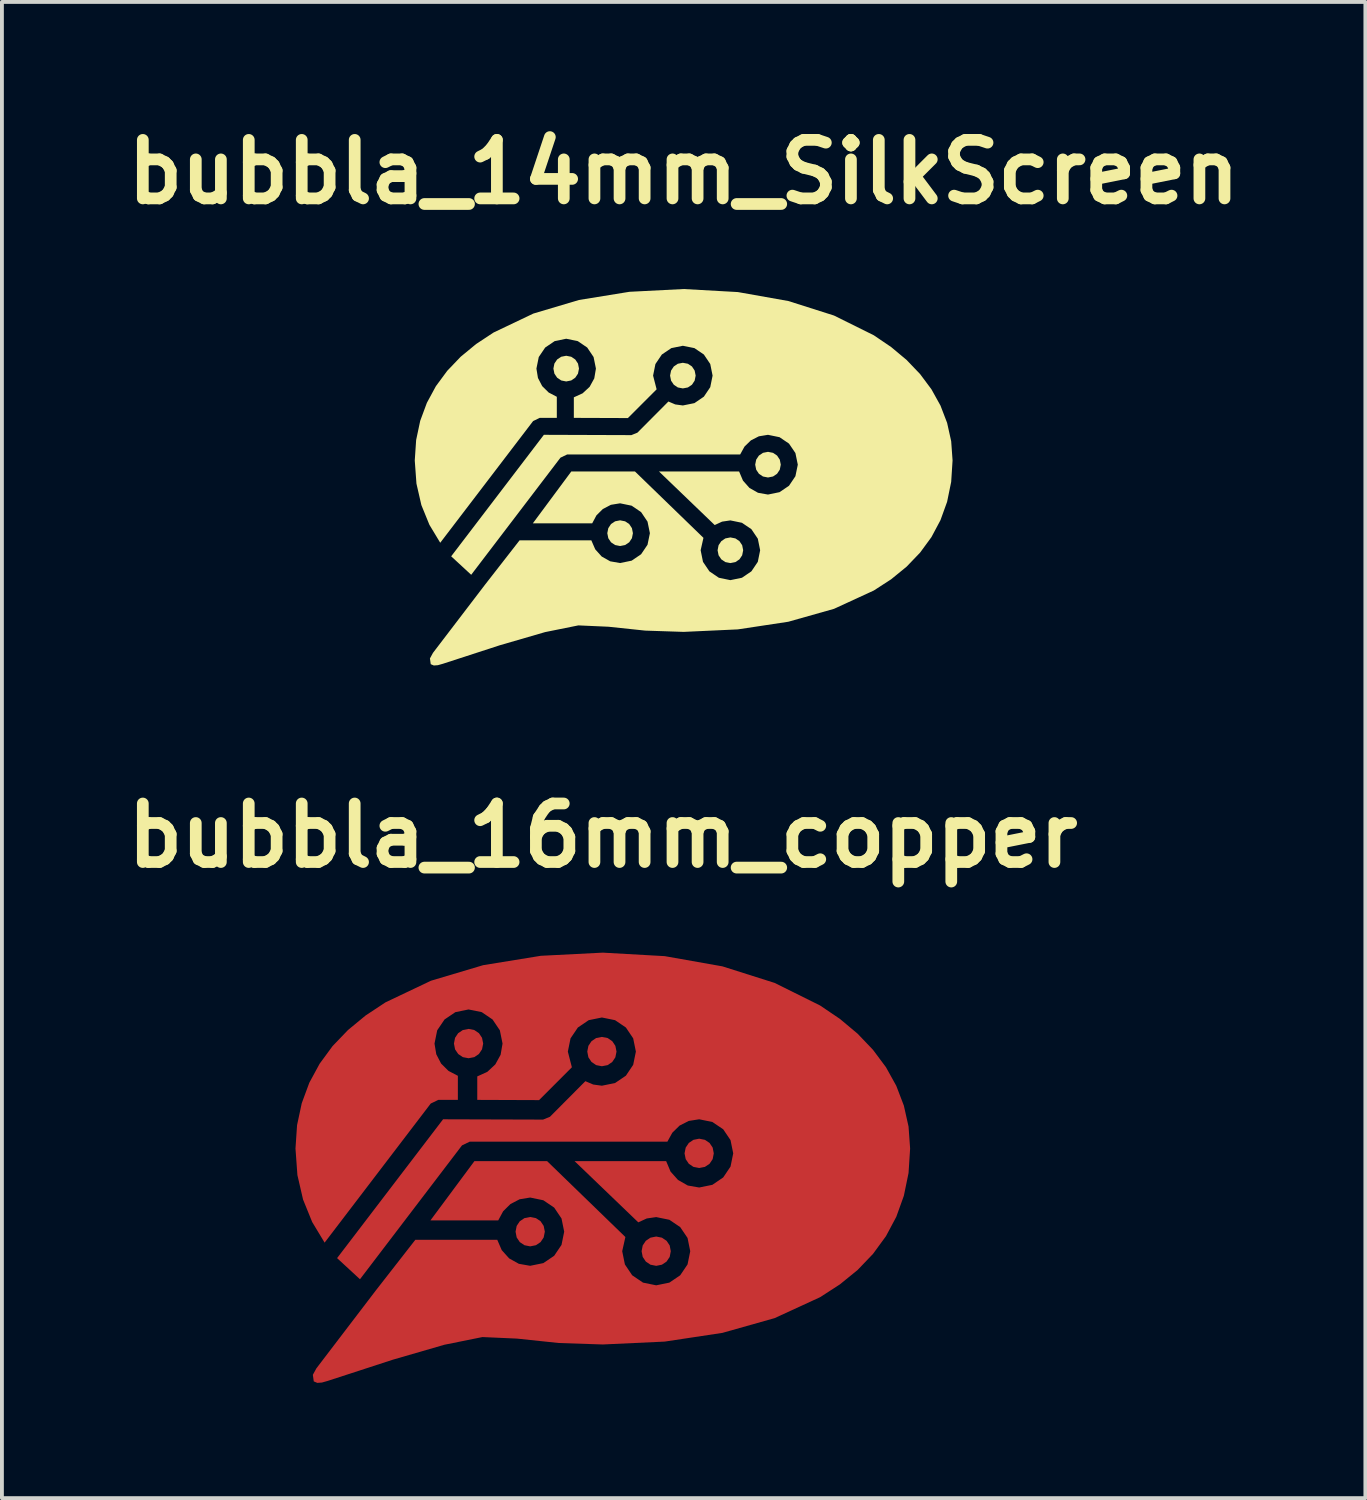
<source format=kicad_pcb>
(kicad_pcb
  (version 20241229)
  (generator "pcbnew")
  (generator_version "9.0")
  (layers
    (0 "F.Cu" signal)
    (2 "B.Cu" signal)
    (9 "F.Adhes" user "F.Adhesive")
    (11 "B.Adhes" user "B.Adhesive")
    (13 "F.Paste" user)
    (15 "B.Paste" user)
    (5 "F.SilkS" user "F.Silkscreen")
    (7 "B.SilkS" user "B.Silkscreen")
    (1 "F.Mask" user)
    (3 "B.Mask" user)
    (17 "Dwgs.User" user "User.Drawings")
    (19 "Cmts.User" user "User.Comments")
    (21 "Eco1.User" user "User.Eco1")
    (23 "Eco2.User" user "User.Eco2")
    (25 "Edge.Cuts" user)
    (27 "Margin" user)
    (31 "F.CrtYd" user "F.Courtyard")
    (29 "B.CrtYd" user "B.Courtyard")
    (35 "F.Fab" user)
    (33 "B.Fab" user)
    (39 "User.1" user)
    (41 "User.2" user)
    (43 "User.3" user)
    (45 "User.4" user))
  (footprint "bubbla_14mm_SilkScreen"
    (layer "F.Cu")
    (at 14.747 9.374)
    (property "Reference" "bubbla_14mm_SilkScreen" (at 0 -7.948 0) (layer "F.SilkS") (effects (font (size 1.524 1.524) (thickness 0.305))))
    (attr exclude_from_pos_files exclude_from_bom)
    (fp_poly (pts (xy -3.058 -3.163) (xy -3.188 -3.137) (xy -3.294 -3.066) (xy -3.365 -2.96) (xy -3.391 -2.829) (xy -3.365 -2.698) (xy -3.294 -2.592) (xy -3.188 -2.52) (xy -3.058 -2.494) (xy -2.927 -2.52) (xy -2.822 -2.592) (xy -2.751 -2.698) (xy -2.725 -2.829) (xy -2.751 -2.96) (xy -2.822 -3.066) (xy -2.927 -3.137) (xy -3.058 -3.163)) (stroke (width 0) (type solid)) (fill yes) (layer "F.SilkS"))
    (fp_poly (pts (xy -1.655 1.121) (xy -1.785 1.147) (xy -1.891 1.218) (xy -1.962 1.325) (xy -1.988 1.456) (xy -1.962 1.587) (xy -1.891 1.693) (xy -1.785 1.764) (xy -1.655 1.79) (xy -1.524 1.764) (xy -1.418 1.693) (xy -1.347 1.587) (xy -1.321 1.456) (xy -1.347 1.325) (xy -1.418 1.218) (xy -1.524 1.147) (xy -1.655 1.121)) (stroke (width 0) (type solid)) (fill yes) (layer "F.SilkS"))
    (fp_poly (pts (xy -0.021 -2.98) (xy -0.152 -2.955) (xy -0.257 -2.884) (xy -0.328 -2.777) (xy -0.354 -2.646) (xy -0.328 -2.515) (xy -0.257 -2.409) (xy -0.152 -2.338) (xy -0.021 -2.313) (xy 0.11 -2.338) (xy 0.216 -2.409) (xy 0.286 -2.515) (xy 0.312 -2.646) (xy 0.286 -2.777) (xy 0.216 -2.884) (xy 0.11 -2.955) (xy -0.021 -2.98)) (stroke (width 0) (type solid)) (fill yes) (layer "F.SilkS"))
    (fp_poly (pts (xy 1.216 1.566) (xy 1.085 1.592) (xy 0.98 1.663) (xy 0.909 1.769) (xy 0.883 1.9) (xy 0.909 2.031) (xy 0.98 2.137) (xy 1.085 2.208) (xy 1.216 2.234) (xy 1.347 2.208) (xy 1.452 2.137) (xy 1.523 2.031) (xy 1.549 1.9) (xy 1.523 1.769) (xy 1.452 1.663) (xy 1.347 1.592) (xy 1.216 1.566)) (stroke (width 0) (type solid)) (fill yes) (layer "F.SilkS"))
    (fp_poly (pts (xy 2.195 -0.662) (xy 2.064 -0.636) (xy 1.959 -0.565) (xy 1.888 -0.459) (xy 1.862 -0.328) (xy 1.888 -0.197) (xy 1.959 -0.091) (xy 2.064 -0.02) (xy 2.195 0.006) (xy 2.326 -0.02) (xy 2.431 -0.091) (xy 2.502 -0.197) (xy 2.528 -0.328) (xy 2.502 -0.459) (xy 2.431 -0.565) (xy 2.326 -0.636) (xy 2.195 -0.662)) (stroke (width 0) (type solid)) (fill yes) (layer "F.SilkS"))
    (fp_poly (pts (xy -0.000112 -4.9) (xy -1.411 -4.828) (xy -2.725 -4.615) (xy -3.914 -4.261) (xy -4.95 -3.767) (xy -5.402 -3.469) (xy -5.805 -3.137) (xy -6.155 -2.771) (xy -6.45 -2.371) (xy -6.685 -1.937) (xy -6.858 -1.47) (xy -6.964 -0.97) (xy -7 -0.437) (xy -6.956 0.166) (xy -6.828 0.724) (xy -6.619 1.237) (xy -6.337 1.705) (xy -3.919 -1.463) (xy -3.745 -1.547) (xy -3.302 -1.547) (xy -3.302 -2.095) (xy -3.514 -2.206) (xy -3.683 -2.373) (xy -3.793 -2.585) (xy -3.833 -2.829) (xy -3.772 -3.13) (xy -3.605 -3.377) (xy -3.358 -3.544) (xy -3.058 -3.606) (xy -2.757 -3.544) (xy -2.511 -3.377) (xy -2.345 -3.13) (xy -2.284 -2.829) (xy -2.327 -2.574) (xy -2.448 -2.354) (xy -2.631 -2.185) (xy -2.859 -2.081) (xy -2.859 -1.546) (xy -1.452 -1.541) (xy -0.704 -2.289) (xy -0.796 -2.646) (xy -0.735 -2.948) (xy -0.568 -3.195) (xy -0.321 -3.362) (xy -0.021 -3.423) (xy 0.28 -3.362) (xy 0.526 -3.195) (xy 0.692 -2.948) (xy 0.753 -2.646) (xy 0.692 -2.345) (xy 0.526 -2.098) (xy 0.28 -1.93) (xy -0.021 -1.869) (xy -0.219 -1.896) (xy -0.397 -1.972) (xy -1.204 -1.161) (xy -1.361 -1.097) (xy -3.639 -1.105) (xy -6.052 2.058) (xy -5.531 2.539) (xy -3.207 -0.51) (xy -3.032 -0.594) (xy 1.471 -0.594) (xy 1.584 -0.799) (xy 1.75 -0.96) (xy 1.957 -1.066) (xy 2.195 -1.105) (xy 2.496 -1.043) (xy 2.742 -0.876) (xy 2.909 -0.63) (xy 2.971 -0.328) (xy 2.909 -0.027) (xy 2.742 0.221) (xy 2.496 0.388) (xy 2.195 0.45) (xy 1.935 0.404) (xy 1.713 0.278) (xy 1.544 0.087) (xy 1.443 -0.151) (xy -0.643 -0.151) (xy 0.808 1.244) (xy 1 1.155) (xy 1.216 1.123) (xy 1.517 1.185) (xy 1.763 1.352) (xy 1.93 1.599) (xy 1.991 1.9) (xy 1.93 2.202) (xy 1.763 2.449) (xy 1.517 2.616) (xy 1.216 2.678) (xy 0.916 2.616) (xy 0.67 2.449) (xy 0.503 2.202) (xy 0.442 1.9) (xy 0.515 1.577) (xy -1.268 -0.151) (xy -2.925 -0.151) (xy -3.926 1.199) (xy -2.381 1.199) (xy -2.27 0.991) (xy -2.103 0.826) (xy -1.894 0.717) (xy -1.655 0.678) (xy -1.354 0.74) (xy -1.108 0.907) (xy -0.941 1.155) (xy -0.879 1.456) (xy -0.941 1.757) (xy -1.108 2.004) (xy -1.354 2.171) (xy -1.655 2.233) (xy -1.912 2.188) (xy -2.133 2.064) (xy -2.302 1.876) (xy -2.404 1.641) (xy -4.271 1.641) (xy -5.17 2.795) (xy -6.525 4.57) (xy -6.605 4.716) (xy -6.584 4.866) (xy -6.503 4.9) (xy -6.398 4.892) (xy -6.267 4.855) (xy -4.785 4.373) (xy -3.608 4.031) (xy -2.741 3.856) (xy -1.956 3.891) (xy -1 3.992) (xy -0.000077 4.025) (xy 1.411 3.96) (xy 2.725 3.761) (xy 3.914 3.425) (xy 4.95 2.948) (xy 5.401 2.656) (xy 5.804 2.327) (xy 6.155 1.961) (xy 6.45 1.558) (xy 6.685 1.117) (xy 6.858 0.638) (xy 6.964 0.12) (xy 7 -0.438) (xy 6.964 -0.939) (xy 6.858 -1.416) (xy 6.685 -1.867) (xy 6.45 -2.29) (xy 6.155 -2.686) (xy 5.804 -3.053) (xy 5.401 -3.39) (xy 4.95 -3.696) (xy 3.914 -4.21) (xy 2.725 -4.588) (xy 1.411 -4.821) (xy -0.000077 -4.9) (xy -0.000112 -4.9)) (stroke (width 0) (type solid)) (fill yes) (layer "F.SilkS")))
  (footprint "bubbla_16mm_copper"
    (layer "F.Cu")
    (at 12.642 27.349)
    (property "Reference" "bubbla_16mm_copper" (at 0 -8.648 0) (layer "F.SilkS") (effects (font (size 1.524 1.524) (thickness 0.305))))
    (attr exclude_from_pos_files exclude_from_bom)
    (fp_poly (pts (xy -3.495 -3.615) (xy -3.644 -3.585) (xy -3.765 -3.504) (xy -3.846 -3.383) (xy -3.875 -3.233) (xy -3.846 -3.083) (xy -3.765 -2.962) (xy -3.644 -2.88) (xy -3.495 -2.851) (xy -3.345 -2.88) (xy -3.225 -2.962) (xy -3.144 -3.083) (xy -3.114 -3.233) (xy -3.144 -3.383) (xy -3.225 -3.504) (xy -3.345 -3.585) (xy -3.495 -3.615)) (stroke (width 0) (type solid)) (fill yes) (layer "F.Cu"))
    (fp_poly (pts (xy -0.024 -3.406) (xy -0.173 -3.377) (xy -0.294 -3.295) (xy -0.375 -3.174) (xy -0.404 -3.024) (xy -0.375 -2.875) (xy -0.294 -2.754) (xy -0.173 -2.672) (xy -0.024 -2.643) (xy 0.126 -2.672) (xy 0.246 -2.754) (xy 0.327 -2.875) (xy 0.357 -3.024) (xy 0.327 -3.174) (xy 0.246 -3.295) (xy 0.126 -3.377) (xy -0.024 -3.406)) (stroke (width 0) (type solid)) (fill yes) (layer "F.Cu"))
    (fp_poly (pts (xy 2.509 -0.757) (xy 2.359 -0.727) (xy 2.239 -0.646) (xy 2.158 -0.525) (xy 2.128 -0.375) (xy 2.158 -0.225) (xy 2.239 -0.104) (xy 2.359 -0.023) (xy 2.509 0.006) (xy 2.658 -0.023) (xy 2.779 -0.104) (xy 2.86 -0.225) (xy 2.889 -0.375) (xy 2.86 -0.525) (xy 2.779 -0.646) (xy 2.658 -0.727) (xy 2.509 -0.757)) (stroke (width 0) (type solid)) (fill yes) (layer "F.Cu"))
    (fp_poly (pts (xy -1.891 1.281) (xy -2.04 1.311) (xy -2.161 1.392) (xy -2.242 1.514) (xy -2.271 1.664) (xy -2.242 1.814) (xy -2.161 1.935) (xy -2.04 2.016) (xy -1.891 2.046) (xy -1.741 2.016) (xy -1.62 1.935) (xy -1.539 1.814) (xy -1.509 1.664) (xy -1.539 1.514) (xy -1.62 1.392) (xy -1.741 1.311) (xy -1.891 1.281) (xy -1.891 1.281)) (stroke (width 0) (type solid)) (fill yes) (layer "F.Cu"))
    (fp_poly (pts (xy 1.39 1.79) (xy 1.24 1.82) (xy 1.12 1.901) (xy 1.039 2.022) (xy 1.01 2.172) (xy 1.039 2.321) (xy 1.12 2.442) (xy 1.24 2.523) (xy 1.39 2.553) (xy 1.539 2.523) (xy 1.66 2.442) (xy 1.741 2.321) (xy 1.77 2.172) (xy 1.741 2.022) (xy 1.66 1.901) (xy 1.539 1.82) (xy 1.39 1.79) (xy 1.39 1.79)) (stroke (width 0) (type solid)) (fill yes) (layer "F.Cu"))
    (fp_poly (pts (xy -0.000128 -5.6) (xy -1.612 -5.518) (xy -3.114 -5.274) (xy -4.473 -4.869) (xy -5.657 -4.306) (xy -6.173 -3.965) (xy -6.634 -3.585) (xy -7.035 -3.167) (xy -7.371 -2.709) (xy -7.64 -2.214) (xy -7.837 -1.68) (xy -7.959 -1.109) (xy -8 -0.5) (xy -7.95 0.19) (xy -7.803 0.827) (xy -7.565 1.413) (xy -7.242 1.949) (xy -4.479 -1.672) (xy -4.28 -1.768) (xy -3.773 -1.768) (xy -3.773 -2.394) (xy -4.016 -2.521) (xy -4.209 -2.712) (xy -4.335 -2.955) (xy -4.381 -3.233) (xy -4.311 -3.578) (xy -4.12 -3.86) (xy -3.838 -4.051) (xy -3.495 -4.121) (xy -3.151 -4.051) (xy -2.87 -3.86) (xy -2.68 -3.578) (xy -2.61 -3.233) (xy -2.66 -2.942) (xy -2.798 -2.691) (xy -3.006 -2.497) (xy -3.268 -2.378) (xy -3.268 -1.767) (xy -1.659 -1.761) (xy -0.805 -2.616) (xy -0.91 -3.024) (xy -0.84 -3.369) (xy -0.649 -3.651) (xy -0.367 -3.842) (xy -0.024 -3.912) (xy 0.319 -3.842) (xy 0.601 -3.651) (xy 0.791 -3.369) (xy 0.861 -3.024) (xy 0.791 -2.68) (xy 0.601 -2.397) (xy 0.319 -2.206) (xy -0.024 -2.136) (xy -0.25 -2.167) (xy -0.454 -2.254) (xy -1.376 -1.327) (xy -1.555 -1.254) (xy -4.158 -1.262) (xy -6.917 2.352) (xy -6.321 2.902) (xy -3.665 -0.583) (xy -3.465 -0.679) (xy 1.681 -0.679) (xy 1.81 -0.913) (xy 1.999 -1.098) (xy 2.237 -1.219) (xy 2.509 -1.262) (xy 2.852 -1.192) (xy 3.134 -1.002) (xy 3.325 -0.719) (xy 3.395 -0.375) (xy 3.325 -0.031) (xy 3.134 0.252) (xy 2.852 0.444) (xy 2.509 0.514) (xy 2.212 0.462) (xy 1.958 0.317) (xy 1.764 0.1) (xy 1.649 -0.173) (xy -0.735 -0.173) (xy 0.924 1.421) (xy 1.143 1.32) (xy 1.39 1.284) (xy 1.733 1.354) (xy 2.015 1.545) (xy 2.206 1.827) (xy 2.276 2.172) (xy 2.206 2.516) (xy 2.015 2.799) (xy 1.733 2.99) (xy 1.39 3.06) (xy 1.047 2.99) (xy 0.765 2.799) (xy 0.575 2.516) (xy 0.505 2.172) (xy 0.588 1.803) (xy -1.45 -0.173) (xy -3.342 -0.173) (xy -4.487 1.37) (xy -2.722 1.37) (xy -2.594 1.132) (xy -2.404 0.944) (xy -2.165 0.82) (xy -1.891 0.775) (xy -1.548 0.846) (xy -1.266 1.037) (xy -1.075 1.32) (xy -1.005 1.664) (xy -1.075 2.008) (xy -1.266 2.291) (xy -1.548 2.482) (xy -1.891 2.552) (xy -2.186 2.5) (xy -2.438 2.359) (xy -2.631 2.144) (xy -2.747 1.876) (xy -4.881 1.876) (xy -5.909 3.194) (xy -7.457 5.223) (xy -7.548 5.39) (xy -7.524 5.561) (xy -7.432 5.6) (xy -7.312 5.591) (xy -7.163 5.549) (xy -5.468 4.997) (xy -4.123 4.607) (xy -3.133 4.407) (xy -2.235 4.447) (xy -1.143 4.562) (xy -0.000088 4.6) (xy 1.612 4.525) (xy 3.114 4.298) (xy 4.473 3.914) (xy 5.657 3.369) (xy 6.173 3.035) (xy 6.634 2.66) (xy 7.034 2.242) (xy 7.371 1.781) (xy 7.64 1.277) (xy 7.837 0.729) (xy 7.959 0.137) (xy 8 -0.5) (xy 7.959 -1.073) (xy 7.837 -1.618) (xy 7.64 -2.133) (xy 7.371 -2.618) (xy 7.034 -3.07) (xy 6.634 -3.489) (xy 6.173 -3.875) (xy 5.657 -4.224) (xy 4.473 -4.812) (xy 3.114 -5.243) (xy 1.612 -5.509) (xy -0.000088 -5.6) (xy -0.000128 -5.6)) (stroke (width 0) (type solid)) (fill yes) (layer "F.Cu")))
  (gr_rect
    (start -3 -3)
    (end 32.493 35.949)
    (stroke (width 0.1) (type default))
    (fill no)
    (layer "Edge.Cuts")))
</source>
